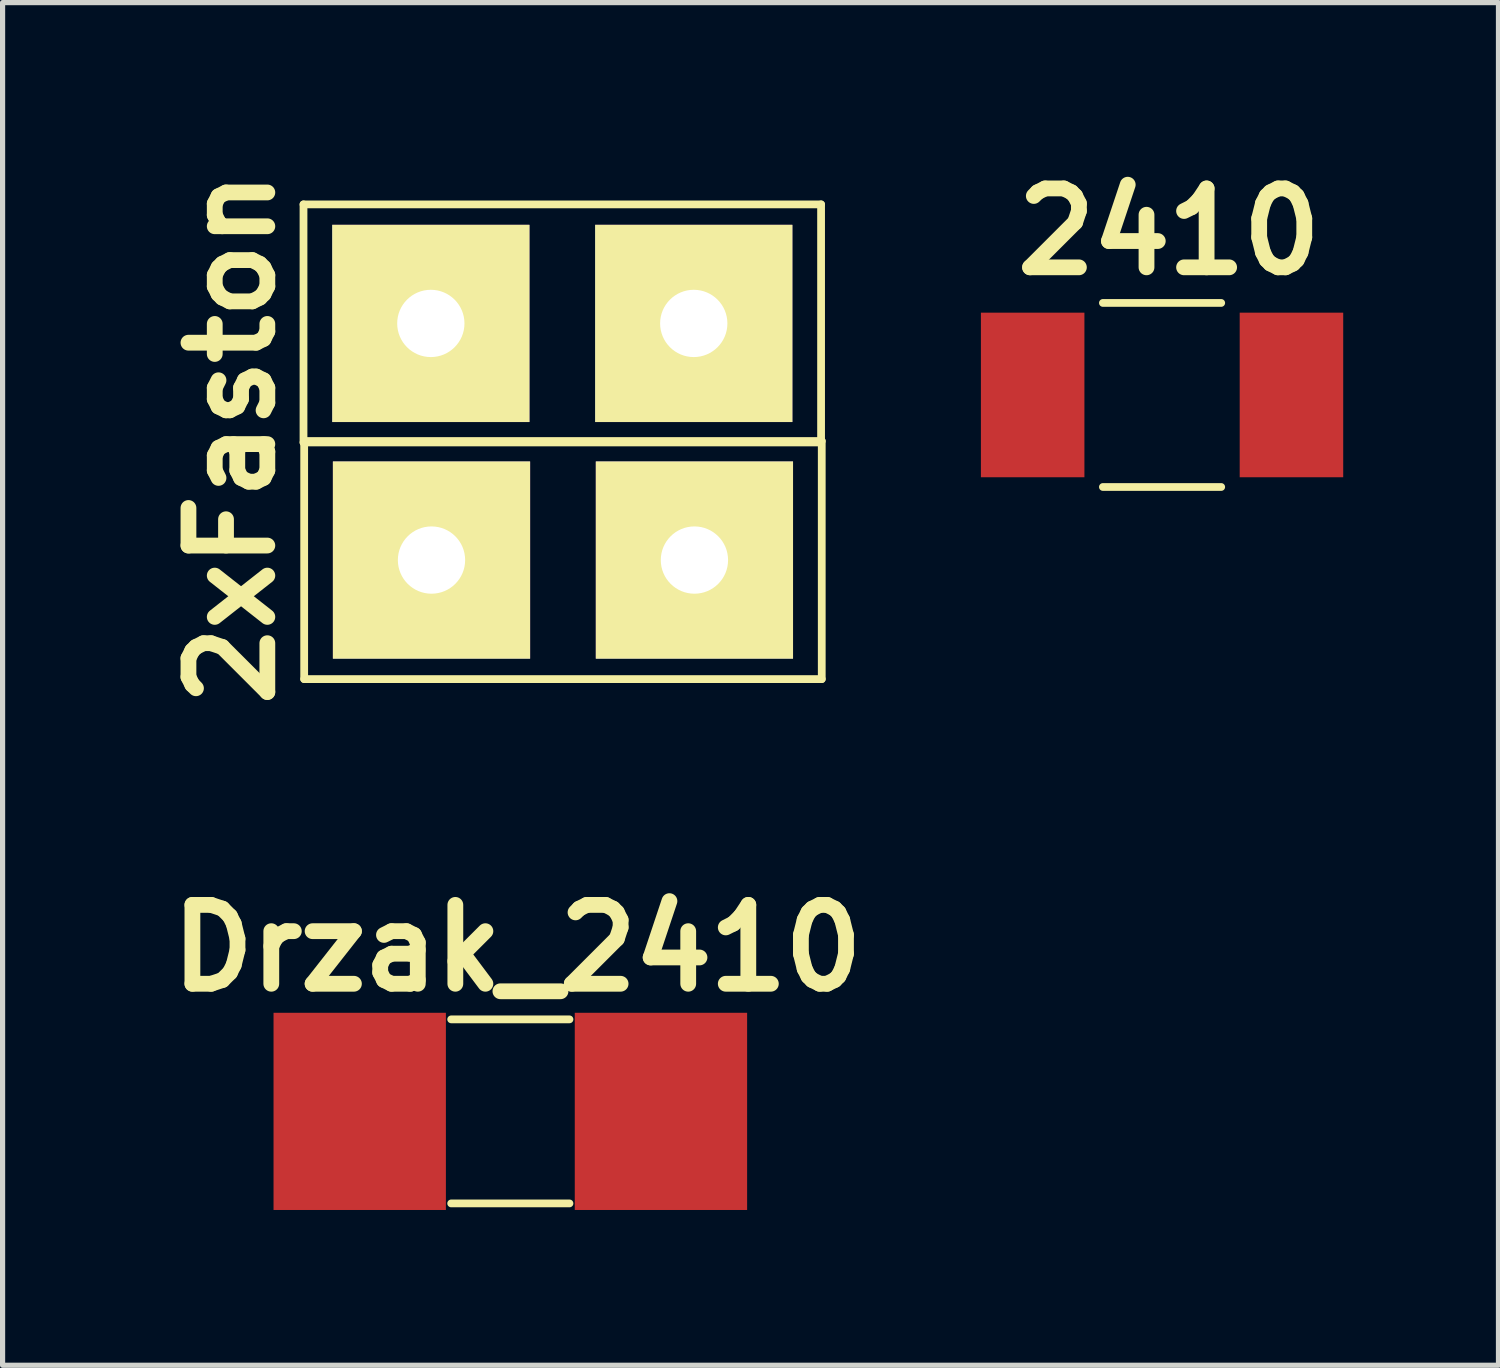
<source format=kicad_pcb>
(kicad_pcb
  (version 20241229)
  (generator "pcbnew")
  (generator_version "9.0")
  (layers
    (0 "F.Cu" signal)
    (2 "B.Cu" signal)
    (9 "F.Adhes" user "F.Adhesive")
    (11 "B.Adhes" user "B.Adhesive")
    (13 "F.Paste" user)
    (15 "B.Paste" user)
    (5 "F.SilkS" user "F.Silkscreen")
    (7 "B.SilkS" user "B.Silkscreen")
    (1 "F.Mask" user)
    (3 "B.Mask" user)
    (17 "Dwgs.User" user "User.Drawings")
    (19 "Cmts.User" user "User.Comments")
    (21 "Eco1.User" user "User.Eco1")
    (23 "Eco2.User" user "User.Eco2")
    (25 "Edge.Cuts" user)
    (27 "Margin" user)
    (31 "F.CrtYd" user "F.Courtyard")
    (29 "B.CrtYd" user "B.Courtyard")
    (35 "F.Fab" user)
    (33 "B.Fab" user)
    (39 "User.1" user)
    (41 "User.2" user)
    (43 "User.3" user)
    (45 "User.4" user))
  (footprint "Drzak_2410"
    (layer "F.Cu")
    (at 6.81 18.423)
    (property "Reference" "Drzak_2410" (at 0.135 -3.155 0) (layer "F.SilkS") (effects (font (size 1.524 1.524) (thickness 0.305))))
    (attr smd)
    (fp_line (start -1.143 -1.778) (end 1.143 -1.778) (stroke (width 0.15) (type solid)) (layer "F.SilkS"))
    (fp_line (start -1.143 1.778) (end 1.143 1.778) (stroke (width 0.15) (type solid)) (layer "F.SilkS"))
    (pad "1" smd rect (at -2.91 0) (size 3.33 3.81) (layers "F.Cu" "F.Mask" "F.Paste"))
    (pad "2" smd rect (at 2.91 0) (size 3.33 3.81) (layers "F.Cu" "F.Mask" "F.Paste")))
  (footprint "2xFaston"
    (layer "F.Cu")
    (at 7.827 7.771)
    (property "Reference" "2xFaston" (at -6.401 -2.349 90) (layer "F.SilkS") (effects (font (size 1.524 1.524) (thickness 0.305))))
    (attr through_hole)
    (fp_line (start -5.013 -6.872) (end 4.987 -6.872) (stroke (width 0.15) (type solid)) (layer "F.SilkS"))
    (fp_line (start -5.013 -2.272) (end -5.013 -6.872) (stroke (width 0.15) (type solid)) (layer "F.SilkS"))
    (fp_line (start -5 -2.3) (end 5 -2.3) (stroke (width 0.15) (type solid)) (layer "F.SilkS"))
    (fp_line (start -5 2.3) (end -5 -2.3) (stroke (width 0.15) (type solid)) (layer "F.SilkS"))
    (fp_line (start 4.987 -6.872) (end 4.987 -2.272) (stroke (width 0.15) (type solid)) (layer "F.SilkS"))
    (fp_line (start 4.987 -2.272) (end -5.013 -2.272) (stroke (width 0.15) (type solid)) (layer "F.SilkS"))
    (fp_line (start 5 -2.3) (end 5 2.3) (stroke (width 0.15) (type solid)) (layer "F.SilkS"))
    (fp_line (start 5 2.3) (end -5 2.3) (stroke (width 0.15) (type solid)) (layer "F.SilkS"))
    (pad "1" thru_hole rect (at -2.54 0 90) (size 3.81 3.81) (drill 1.3) (layers "*.Cu" "*.Mask" "F.SilkS"))
    (pad "1" thru_hole rect (at 2.54 0 90) (size 3.81 3.81) (drill 1.3) (layers "*.Cu" "*.Mask" "F.SilkS"))
    (pad "2" thru_hole rect (at -2.553 -4.572 90) (size 3.81 3.81) (drill 1.3) (layers "*.Cu" "*.Mask" "F.SilkS"))
    (pad "2" thru_hole rect (at 2.527 -4.572 90) (size 3.81 3.81) (drill 1.3) (layers "*.Cu" "*.Mask" "F.SilkS")))
  (footprint "2410"
    (layer "F.Cu")
    (at 19.402 4.581)
    (property "Reference" "2410" (at 0.135 -3.155 0) (layer "F.SilkS") (effects (font (size 1.524 1.524) (thickness 0.305))))
    (attr smd)
    (fp_line (start -1.143 -1.778) (end 1.143 -1.778) (stroke (width 0.15) (type solid)) (layer "F.SilkS"))
    (fp_line (start -1.143 1.778) (end 1.143 1.778) (stroke (width 0.15) (type solid)) (layer "F.SilkS"))
    (pad "1" smd rect (at -2.5 0) (size 2 3.18) (layers "F.Cu" "F.Mask" "F.Paste"))
    (pad "2" smd rect (at 2.5 0) (size 2 3.18) (layers "F.Cu" "F.Mask" "F.Paste")))
  (gr_rect
    (start -3 -3)
    (end 25.902 23.328)
    (stroke (width 0.1) (type default))
    (fill no)
    (layer "Edge.Cuts")))
</source>
